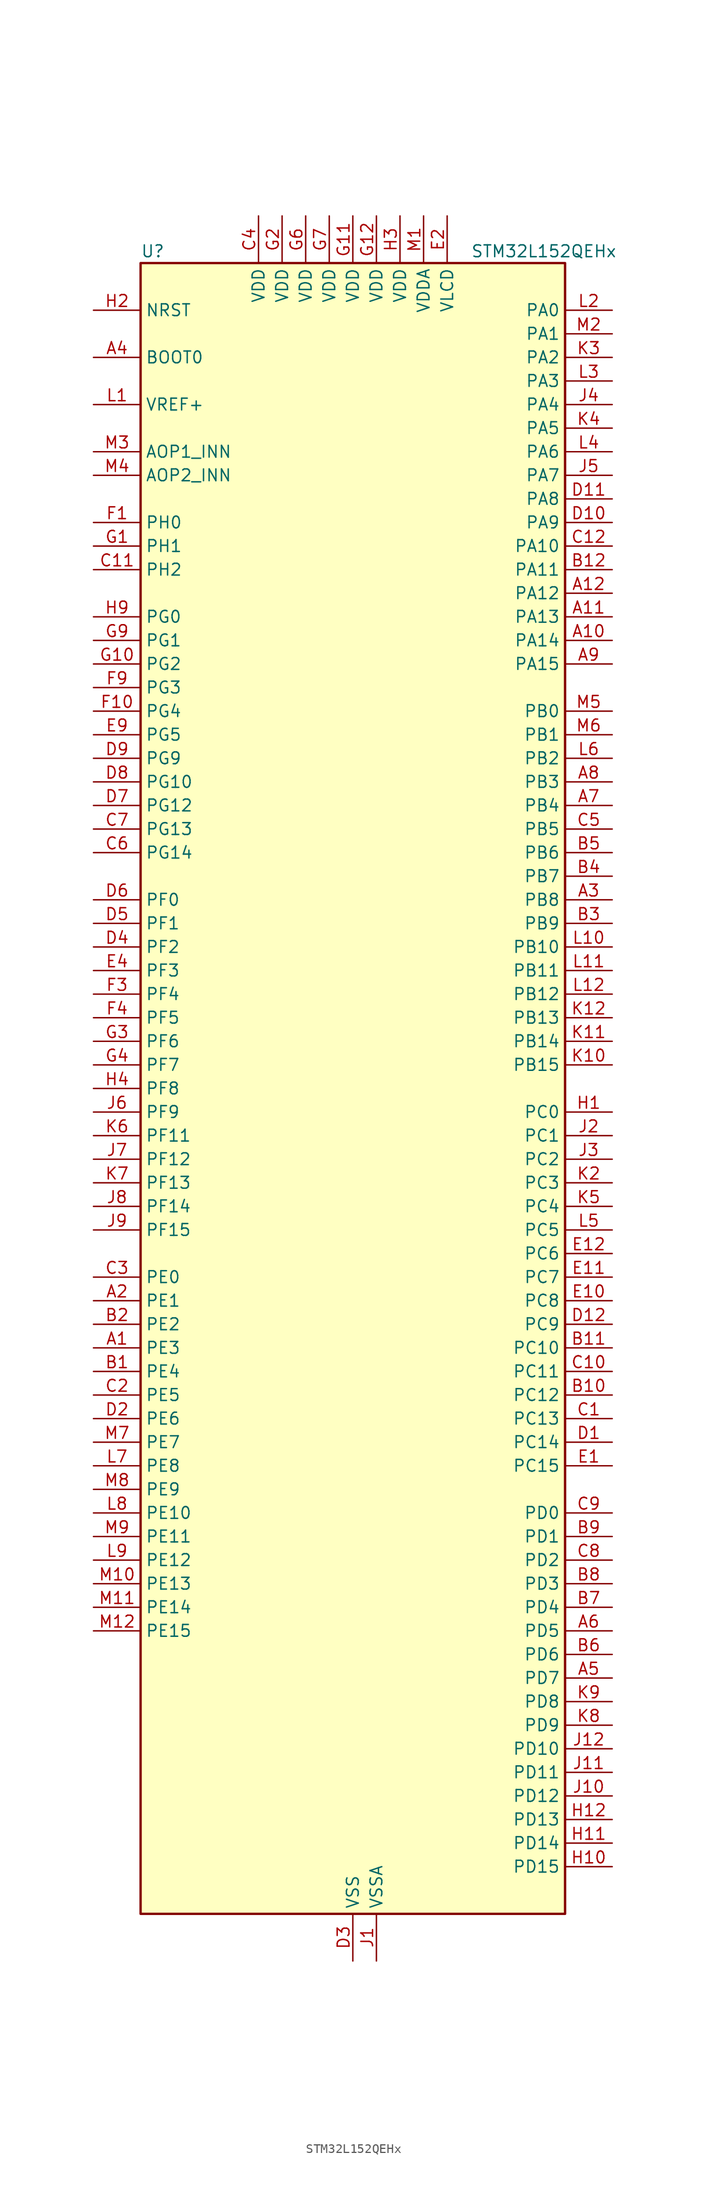
<source format=kicad_sym>
(kicad_symbol_lib
  (version 20241209)
  (generator "kicad_symbol_editor")
  (generator_version "9.0")
  (symbol "STM32L152QEHx"
    (property "Reference" "U"
      (at -22.86 90.17 0)
      (effects (font (size 1.27 1.27)) (justify left)))
    (property "Value" "STM32L152QEHx"
      (at 12.7 90.17 0)
      (effects (font (size 1.27 1.27)) (justify left)))
    (symbol "STM32L152QEHx_0_1"
      (rectangle (start -22.86 -88.9) (end 22.86 88.9) (stroke (width 0.254) (type default)) (fill (type background))))
    (symbol "STM32L152QEHx_1_1"
      (pin input line (at -27.94 83.82 0) (length 5.08) (name "NRST" (effects (font (size 1.27 1.27)))) (number "H2" (effects (font (size 1.27 1.27)))))
      (pin input line (at -27.94 78.74 0) (length 5.08) (name "BOOT0" (effects (font (size 1.27 1.27)))) (number "A4" (effects (font (size 1.27 1.27)))))
      (pin input line (at -27.94 73.66 0) (length 5.08) (name "VREF+" (effects (font (size 1.27 1.27)))) (number "L1" (effects (font (size 1.27 1.27)))))
      (pin input line (at -27.94 68.58 0) (length 5.08) (name "AOP1_INN" (effects (font (size 1.27 1.27)))) (number "M3" (effects (font (size 1.27 1.27)))) (alternate "OPAMP1_VINM" bidirectional line))
      (pin input line (at -27.94 66.04 0) (length 5.08) (name "AOP2_INN" (effects (font (size 1.27 1.27)))) (number "M4" (effects (font (size 1.27 1.27)))) (alternate "OPAMP2_VINM" bidirectional line))
      (pin bidirectional line (at -27.94 60.96 0) (length 5.08) (name "PH0" (effects (font (size 1.27 1.27)))) (number "F1" (effects (font (size 1.27 1.27)))) (alternate "RCC_OSC_IN" bidirectional line))
      (pin bidirectional line (at -27.94 58.42 0) (length 5.08) (name "PH1" (effects (font (size 1.27 1.27)))) (number "G1" (effects (font (size 1.27 1.27)))) (alternate "RCC_OSC_OUT" bidirectional line))
      (pin bidirectional line (at -27.94 55.88 0) (length 5.08) (name "PH2" (effects (font (size 1.27 1.27)))) (number "C11" (effects (font (size 1.27 1.27)))))
      (pin bidirectional line (at -27.94 50.8 0) (length 5.08) (name "PG0" (effects (font (size 1.27 1.27)))) (number "H9" (effects (font (size 1.27 1.27)))) (alternate "ADC_IN8b" bidirectional line) (alternate "TS_G2_IO4" bidirectional line))
      (pin bidirectional line (at -27.94 48.26 0) (length 5.08) (name "PG1" (effects (font (size 1.27 1.27)))) (number "G9" (effects (font (size 1.27 1.27)))) (alternate "ADC_IN9b" bidirectional line) (alternate "TS_G2_IO5" bidirectional line))
      (pin bidirectional line (at -27.94 45.72 0) (length 5.08) (name "PG2" (effects (font (size 1.27 1.27)))) (number "G10" (effects (font (size 1.27 1.27)))) (alternate "ADC_IN10b" bidirectional line) (alternate "TS_G7_IO5" bidirectional line))
      (pin bidirectional line (at -27.94 43.18 0) (length 5.08) (name "PG3" (effects (font (size 1.27 1.27)))) (number "F9" (effects (font (size 1.27 1.27)))) (alternate "ADC_IN11b" bidirectional line) (alternate "TS_G7_IO6" bidirectional line))
      (pin bidirectional line (at -27.94 40.64 0) (length 5.08) (name "PG4" (effects (font (size 1.27 1.27)))) (number "F10" (effects (font (size 1.27 1.27)))) (alternate "ADC_IN12b" bidirectional line) (alternate "TS_G7_IO7" bidirectional line))
      (pin bidirectional line (at -27.94 38.1 0) (length 5.08) (name "PG5" (effects (font (size 1.27 1.27)))) (number "E9" (effects (font (size 1.27 1.27)))))
      (pin bidirectional line (at -27.94 35.56 0) (length 5.08) (name "PG9" (effects (font (size 1.27 1.27)))) (number "D9" (effects (font (size 1.27 1.27)))) (alternate "DAC_EXTI9" bidirectional line))
      (pin bidirectional line (at -27.94 33.02 0) (length 5.08) (name "PG10" (effects (font (size 1.27 1.27)))) (number "D8" (effects (font (size 1.27 1.27)))))
      (pin bidirectional line (at -27.94 30.48 0) (length 5.08) (name "PG12" (effects (font (size 1.27 1.27)))) (number "D7" (effects (font (size 1.27 1.27)))))
      (pin bidirectional line (at -27.94 27.94 0) (length 5.08) (name "PG13" (effects (font (size 1.27 1.27)))) (number "C7" (effects (font (size 1.27 1.27)))))
      (pin bidirectional line (at -27.94 25.4 0) (length 5.08) (name "PG14" (effects (font (size 1.27 1.27)))) (number "C6" (effects (font (size 1.27 1.27)))))
      (pin bidirectional line (at -27.94 20.32 0) (length 5.08) (name "PF0" (effects (font (size 1.27 1.27)))) (number "D6" (effects (font (size 1.27 1.27)))))
      (pin bidirectional line (at -27.94 17.78 0) (length 5.08) (name "PF1" (effects (font (size 1.27 1.27)))) (number "D5" (effects (font (size 1.27 1.27)))))
      (pin bidirectional line (at -27.94 15.24 0) (length 5.08) (name "PF2" (effects (font (size 1.27 1.27)))) (number "D4" (effects (font (size 1.27 1.27)))))
      (pin bidirectional line (at -27.94 12.7 0) (length 5.08) (name "PF3" (effects (font (size 1.27 1.27)))) (number "E4" (effects (font (size 1.27 1.27)))))
      (pin bidirectional line (at -27.94 10.16 0) (length 5.08) (name "PF4" (effects (font (size 1.27 1.27)))) (number "F3" (effects (font (size 1.27 1.27)))))
      (pin bidirectional line (at -27.94 7.62 0) (length 5.08) (name "PF5" (effects (font (size 1.27 1.27)))) (number "F4" (effects (font (size 1.27 1.27)))))
      (pin bidirectional line (at -27.94 5.08 0) (length 5.08) (name "PF6" (effects (font (size 1.27 1.27)))) (number "G3" (effects (font (size 1.27 1.27)))) (alternate "ADC_IN27" bidirectional line) (alternate "TIM5_CH1" bidirectional line) (alternate "TIM5_ETR" bidirectional line) (alternate "TS_G11_IO1" bidirectional line))
      (pin bidirectional line (at -27.94 2.54 0) (length 5.08) (name "PF7" (effects (font (size 1.27 1.27)))) (number "G4" (effects (font (size 1.27 1.27)))) (alternate "ADC_IN28" bidirectional line) (alternate "COMP1_INP" bidirectional line) (alternate "TIM5_CH2" bidirectional line) (alternate "TS_G11_IO2" bidirectional line))
      (pin bidirectional line (at -27.94 0 0) (length 5.08) (name "PF8" (effects (font (size 1.27 1.27)))) (number "H4" (effects (font (size 1.27 1.27)))) (alternate "ADC_IN29" bidirectional line) (alternate "COMP1_INP" bidirectional line) (alternate "TIM5_CH3" bidirectional line) (alternate "TS_G11_IO3" bidirectional line))
      (pin bidirectional line (at -27.94 -2.54 0) (length 5.08) (name "PF9" (effects (font (size 1.27 1.27)))) (number "J6" (effects (font (size 1.27 1.27)))) (alternate "ADC_IN30" bidirectional line) (alternate "COMP1_INP" bidirectional line) (alternate "DAC_EXTI9" bidirectional line) (alternate "TIM5_CH4" bidirectional line) (alternate "TS_G11_IO4" bidirectional line))
      (pin bidirectional line (at -27.94 -5.08 0) (length 5.08) (name "PF11" (effects (font (size 1.27 1.27)))) (number "K6" (effects (font (size 1.27 1.27)))) (alternate "ADC_EXTI11" bidirectional line) (alternate "ADC_IN1b" bidirectional line) (alternate "TS_G3_IO4" bidirectional line))
      (pin bidirectional line (at -27.94 -7.62 0) (length 5.08) (name "PF12" (effects (font (size 1.27 1.27)))) (number "J7" (effects (font (size 1.27 1.27)))) (alternate "ADC_IN2b" bidirectional line) (alternate "TS_G3_IO5" bidirectional line))
      (pin bidirectional line (at -27.94 -10.16 0) (length 5.08) (name "PF13" (effects (font (size 1.27 1.27)))) (number "K7" (effects (font (size 1.27 1.27)))) (alternate "ADC_IN3b" bidirectional line) (alternate "TS_G9_IO3" bidirectional line))
      (pin bidirectional line (at -27.94 -12.7 0) (length 5.08) (name "PF14" (effects (font (size 1.27 1.27)))) (number "J8" (effects (font (size 1.27 1.27)))) (alternate "ADC_IN6b" bidirectional line) (alternate "TS_G9_IO4" bidirectional line))
      (pin bidirectional line (at -27.94 -15.24 0) (length 5.08) (name "PF15" (effects (font (size 1.27 1.27)))) (number "J9" (effects (font (size 1.27 1.27)))) (alternate "ADC_EXTI15" bidirectional line) (alternate "ADC_IN7b" bidirectional line) (alternate "TS_G2_IO3" bidirectional line))
      (pin bidirectional line (at -27.94 -20.32 0) (length 5.08) (name "PE0" (effects (font (size 1.27 1.27)))) (number "C3" (effects (font (size 1.27 1.27)))) (alternate "LCD_SEG36" bidirectional line) (alternate "TIM10_CH1" bidirectional line) (alternate "TIM4_ETR" bidirectional line) (alternate "TIMX_IC1" bidirectional line))
      (pin bidirectional line (at -27.94 -22.86 0) (length 5.08) (name "PE1" (effects (font (size 1.27 1.27)))) (number "A2" (effects (font (size 1.27 1.27)))) (alternate "LCD_SEG37" bidirectional line) (alternate "TIM11_CH1" bidirectional line) (alternate "TIMX_IC2" bidirectional line))
      (pin bidirectional line (at -27.94 -25.4 0) (length 5.08) (name "PE2" (effects (font (size 1.27 1.27)))) (number "B2" (effects (font (size 1.27 1.27)))) (alternate "LCD_SEG38" bidirectional line) (alternate "SYS_TRACECK" bidirectional line) (alternate "TIM3_ETR" bidirectional line) (alternate "TIMX_IC3" bidirectional line))
      (pin bidirectional line (at -27.94 -27.94 0) (length 5.08) (name "PE3" (effects (font (size 1.27 1.27)))) (number "A1" (effects (font (size 1.27 1.27)))) (alternate "LCD_SEG39" bidirectional line) (alternate "SYS_TRACED0" bidirectional line) (alternate "TIM3_CH1" bidirectional line) (alternate "TIMX_IC4" bidirectional line))
      (pin bidirectional line (at -27.94 -30.48 0) (length 5.08) (name "PE4" (effects (font (size 1.27 1.27)))) (number "B1" (effects (font (size 1.27 1.27)))) (alternate "SYS_TRACED1" bidirectional line) (alternate "TIM3_CH2" bidirectional line) (alternate "TIMX_IC1" bidirectional line))
      (pin bidirectional line (at -27.94 -33.02 0) (length 5.08) (name "PE5" (effects (font (size 1.27 1.27)))) (number "C2" (effects (font (size 1.27 1.27)))) (alternate "SYS_TRACED2" bidirectional line) (alternate "TIM9_CH1" bidirectional line) (alternate "TIMX_IC2" bidirectional line))
      (pin bidirectional line (at -27.94 -35.56 0) (length 5.08) (name "PE6" (effects (font (size 1.27 1.27)))) (number "D2" (effects (font (size 1.27 1.27)))) (alternate "RTC_TAMP3" bidirectional line) (alternate "SYS_TRACED3" bidirectional line) (alternate "SYS_WKUP3" bidirectional line) (alternate "TIM9_CH2" bidirectional line) (alternate "TIMX_IC3" bidirectional line))
      (pin bidirectional line (at -27.94 -38.1 0) (length 5.08) (name "PE7" (effects (font (size 1.27 1.27)))) (number "M7" (effects (font (size 1.27 1.27)))) (alternate "ADC_IN22" bidirectional line) (alternate "COMP1_INP" bidirectional line) (alternate "TIMX_IC4" bidirectional line))
      (pin bidirectional line (at -27.94 -40.64 0) (length 5.08) (name "PE8" (effects (font (size 1.27 1.27)))) (number "L7" (effects (font (size 1.27 1.27)))) (alternate "ADC_IN23" bidirectional line) (alternate "COMP1_INP" bidirectional line) (alternate "TIMX_IC1" bidirectional line))
      (pin bidirectional line (at -27.94 -43.18 0) (length 5.08) (name "PE9" (effects (font (size 1.27 1.27)))) (number "M8" (effects (font (size 1.27 1.27)))) (alternate "ADC_IN24" bidirectional line) (alternate "COMP1_INP" bidirectional line) (alternate "DAC_EXTI9" bidirectional line) (alternate "TIM2_CH1" bidirectional line) (alternate "TIM2_ETR" bidirectional line) (alternate "TIMX_IC2" bidirectional line))
      (pin bidirectional line (at -27.94 -45.72 0) (length 5.08) (name "PE10" (effects (font (size 1.27 1.27)))) (number "L8" (effects (font (size 1.27 1.27)))) (alternate "ADC_IN25" bidirectional line) (alternate "COMP1_INP" bidirectional line) (alternate "TIM2_CH2" bidirectional line) (alternate "TIMX_IC3" bidirectional line))
      (pin bidirectional line (at -27.94 -48.26 0) (length 5.08) (name "PE11" (effects (font (size 1.27 1.27)))) (number "M9" (effects (font (size 1.27 1.27)))) (alternate "ADC_EXTI11" bidirectional line) (alternate "TIM2_CH3" bidirectional line) (alternate "TIMX_IC4" bidirectional line))
      (pin bidirectional line (at -27.94 -50.8 0) (length 5.08) (name "PE12" (effects (font (size 1.27 1.27)))) (number "L9" (effects (font (size 1.27 1.27)))) (alternate "SPI1_NSS" bidirectional line) (alternate "TIM2_CH4" bidirectional line) (alternate "TIMX_IC1" bidirectional line))
      (pin bidirectional line (at -27.94 -53.34 0) (length 5.08) (name "PE13" (effects (font (size 1.27 1.27)))) (number "M10" (effects (font (size 1.27 1.27)))) (alternate "SPI1_SCK" bidirectional line) (alternate "TIMX_IC2" bidirectional line))
      (pin bidirectional line (at -27.94 -55.88 0) (length 5.08) (name "PE14" (effects (font (size 1.27 1.27)))) (number "M11" (effects (font (size 1.27 1.27)))) (alternate "SPI1_MISO" bidirectional line) (alternate "TIMX_IC3" bidirectional line))
      (pin bidirectional line (at -27.94 -58.42 0) (length 5.08) (name "PE15" (effects (font (size 1.27 1.27)))) (number "M12" (effects (font (size 1.27 1.27)))) (alternate "ADC_EXTI15" bidirectional line) (alternate "SPI1_MOSI" bidirectional line) (alternate "TIMX_IC4" bidirectional line))
      (pin no_connect line (at -22.86 -88.9 0) (length 5.08) (hide yes) (name "NC" (effects (font (size 1.27 1.27)))) (number "K1" (effects (font (size 1.27 1.27)))))
      (pin power_in line (at -10.16 93.98 270) (length 5.08) (name "VDD" (effects (font (size 1.27 1.27)))) (number "C4" (effects (font (size 1.27 1.27)))))
      (pin power_in line (at -7.62 93.98 270) (length 5.08) (name "VDD" (effects (font (size 1.27 1.27)))) (number "G2" (effects (font (size 1.27 1.27)))))
      (pin power_in line (at -5.08 93.98 270) (length 5.08) (name "VDD" (effects (font (size 1.27 1.27)))) (number "G6" (effects (font (size 1.27 1.27)))))
      (pin power_in line (at -2.54 93.98 270) (length 5.08) (name "VDD" (effects (font (size 1.27 1.27)))) (number "G7" (effects (font (size 1.27 1.27)))))
      (pin power_in line (at 0 93.98 270) (length 5.08) (name "VDD" (effects (font (size 1.27 1.27)))) (number "G11" (effects (font (size 1.27 1.27)))))
      (pin power_in line (at 0 -93.98 90) (length 5.08) (name "VSS" (effects (font (size 1.27 1.27)))) (number "D3" (effects (font (size 1.27 1.27)))))
      (pin passive line (at 0 -93.98 90) (length 5.08) (hide yes) (name "VSS" (effects (font (size 1.27 1.27)))) (number "E3" (effects (font (size 1.27 1.27)))))
      (pin passive line (at 0 -93.98 90) (length 5.08) (hide yes) (name "VSS" (effects (font (size 1.27 1.27)))) (number "F11" (effects (font (size 1.27 1.27)))))
      (pin passive line (at 0 -93.98 90) (length 5.08) (hide yes) (name "VSS" (effects (font (size 1.27 1.27)))) (number "F12" (effects (font (size 1.27 1.27)))))
      (pin passive line (at 0 -93.98 90) (length 5.08) (hide yes) (name "VSS" (effects (font (size 1.27 1.27)))) (number "F2" (effects (font (size 1.27 1.27)))))
      (pin passive line (at 0 -93.98 90) (length 5.08) (hide yes) (name "VSS" (effects (font (size 1.27 1.27)))) (number "F6" (effects (font (size 1.27 1.27)))))
      (pin passive line (at 0 -93.98 90) (length 5.08) (hide yes) (name "VSS" (effects (font (size 1.27 1.27)))) (number "F7" (effects (font (size 1.27 1.27)))))
      (pin power_in line (at 2.54 93.98 270) (length 5.08) (name "VDD" (effects (font (size 1.27 1.27)))) (number "G12" (effects (font (size 1.27 1.27)))))
      (pin power_in line (at 2.54 -93.98 90) (length 5.08) (name "VSSA" (effects (font (size 1.27 1.27)))) (number "J1" (effects (font (size 1.27 1.27)))))
      (pin power_in line (at 5.08 93.98 270) (length 5.08) (name "VDD" (effects (font (size 1.27 1.27)))) (number "H3" (effects (font (size 1.27 1.27)))))
      (pin power_in line (at 7.62 93.98 270) (length 5.08) (name "VDDA" (effects (font (size 1.27 1.27)))) (number "M1" (effects (font (size 1.27 1.27)))))
      (pin power_in line (at 10.16 93.98 270) (length 5.08) (name "VLCD" (effects (font (size 1.27 1.27)))) (number "E2" (effects (font (size 1.27 1.27)))))
      (pin bidirectional line (at 27.94 83.82 180) (length 5.08) (name "PA0" (effects (font (size 1.27 1.27)))) (number "L2" (effects (font (size 1.27 1.27)))) (alternate "ADC_IN0" bidirectional line) (alternate "COMP1_INP" bidirectional line) (alternate "RTC_TAMP2" bidirectional line) (alternate "SYS_WKUP1" bidirectional line) (alternate "TIM2_CH1" bidirectional line) (alternate "TIM2_ETR" bidirectional line) (alternate "TIM5_CH1" bidirectional line) (alternate "TIMX_IC1" bidirectional line) (alternate "TS_G1_IO1" bidirectional line) (alternate "USART2_CTS" bidirectional line))
      (pin bidirectional line (at 27.94 81.28 180) (length 5.08) (name "PA1" (effects (font (size 1.27 1.27)))) (number "M2" (effects (font (size 1.27 1.27)))) (alternate "ADC_IN1" bidirectional line) (alternate "COMP1_INP" bidirectional line) (alternate "LCD_SEG0" bidirectional line) (alternate "OPAMP1_VINP" bidirectional line) (alternate "TIM2_CH2" bidirectional line) (alternate "TIM5_CH2" bidirectional line) (alternate "TIMX_IC2" bidirectional line) (alternate "TS_G1_IO2" bidirectional line) (alternate "USART2_RTS" bidirectional line))
      (pin bidirectional line (at 27.94 78.74 180) (length 5.08) (name "PA2" (effects (font (size 1.27 1.27)))) (number "K3" (effects (font (size 1.27 1.27)))) (alternate "ADC_IN2" bidirectional line) (alternate "COMP1_INP" bidirectional line) (alternate "LCD_SEG1" bidirectional line) (alternate "TIM2_CH3" bidirectional line) (alternate "TIM5_CH3" bidirectional line) (alternate "TIM9_CH1" bidirectional line) (alternate "TIMX_IC3" bidirectional line) (alternate "TS_G1_IO3" bidirectional line) (alternate "USART2_TX" bidirectional line))
      (pin bidirectional line (at 27.94 76.2 180) (length 5.08) (name "PA3" (effects (font (size 1.27 1.27)))) (number "L3" (effects (font (size 1.27 1.27)))) (alternate "ADC_IN3" bidirectional line) (alternate "COMP1_INP" bidirectional line) (alternate "LCD_SEG2" bidirectional line) (alternate "OPAMP1_VOUT" bidirectional line) (alternate "TIM2_CH4" bidirectional line) (alternate "TIM5_CH4" bidirectional line) (alternate "TIM9_CH2" bidirectional line) (alternate "TIMX_IC4" bidirectional line) (alternate "TS_G1_IO4" bidirectional line) (alternate "USART2_RX" bidirectional line))
      (pin bidirectional line (at 27.94 73.66 180) (length 5.08) (name "PA4" (effects (font (size 1.27 1.27)))) (number "J4" (effects (font (size 1.27 1.27)))) (alternate "ADC_IN4" bidirectional line) (alternate "COMP1_INP" bidirectional line) (alternate "DAC_OUT1" bidirectional line) (alternate "I2S3_WS" bidirectional line) (alternate "SPI1_NSS" bidirectional line) (alternate "SPI3_NSS" bidirectional line) (alternate "TIMX_IC1" bidirectional line) (alternate "USART2_CK" bidirectional line))
      (pin bidirectional line (at 27.94 71.12 180) (length 5.08) (name "PA5" (effects (font (size 1.27 1.27)))) (number "K4" (effects (font (size 1.27 1.27)))) (alternate "ADC_IN5" bidirectional line) (alternate "COMP1_INP" bidirectional line) (alternate "DAC_OUT2" bidirectional line) (alternate "SPI1_SCK" bidirectional line) (alternate "TIM2_CH1" bidirectional line) (alternate "TIM2_ETR" bidirectional line) (alternate "TIMX_IC2" bidirectional line))
      (pin bidirectional line (at 27.94 68.58 180) (length 5.08) (name "PA6" (effects (font (size 1.27 1.27)))) (number "L4" (effects (font (size 1.27 1.27)))) (alternate "ADC_IN6" bidirectional line) (alternate "COMP1_INP" bidirectional line) (alternate "LCD_SEG3" bidirectional line) (alternate "OPAMP2_VINP" bidirectional line) (alternate "SPI1_MISO" bidirectional line) (alternate "TIM10_CH1" bidirectional line) (alternate "TIM3_CH1" bidirectional line) (alternate "TIMX_IC3" bidirectional line) (alternate "TS_G2_IO1" bidirectional line))
      (pin bidirectional line (at 27.94 66.04 180) (length 5.08) (name "PA7" (effects (font (size 1.27 1.27)))) (number "J5" (effects (font (size 1.27 1.27)))) (alternate "ADC_IN7" bidirectional line) (alternate "COMP1_INP" bidirectional line) (alternate "LCD_SEG4" bidirectional line) (alternate "SPI1_MOSI" bidirectional line) (alternate "TIM11_CH1" bidirectional line) (alternate "TIM3_CH2" bidirectional line) (alternate "TIMX_IC4" bidirectional line) (alternate "TS_G2_IO2" bidirectional line))
      (pin bidirectional line (at 27.94 63.5 180) (length 5.08) (name "PA8" (effects (font (size 1.27 1.27)))) (number "D11" (effects (font (size 1.27 1.27)))) (alternate "LCD_COM0" bidirectional line) (alternate "RCC_MCO" bidirectional line) (alternate "TIMX_IC1" bidirectional line) (alternate "TS_G4_IO1" bidirectional line) (alternate "USART1_CK" bidirectional line))
      (pin bidirectional line (at 27.94 60.96 180) (length 5.08) (name "PA9" (effects (font (size 1.27 1.27)))) (number "D10" (effects (font (size 1.27 1.27)))) (alternate "DAC_EXTI9" bidirectional line) (alternate "LCD_COM1" bidirectional line) (alternate "TIMX_IC2" bidirectional line) (alternate "TS_G4_IO2" bidirectional line) (alternate "USART1_TX" bidirectional line))
      (pin bidirectional line (at 27.94 58.42 180) (length 5.08) (name "PA10" (effects (font (size 1.27 1.27)))) (number "C12" (effects (font (size 1.27 1.27)))) (alternate "LCD_COM2" bidirectional line) (alternate "TIMX_IC3" bidirectional line) (alternate "TS_G4_IO3" bidirectional line) (alternate "USART1_RX" bidirectional line))
      (pin bidirectional line (at 27.94 55.88 180) (length 5.08) (name "PA11" (effects (font (size 1.27 1.27)))) (number "B12" (effects (font (size 1.27 1.27)))) (alternate "ADC_EXTI11" bidirectional line) (alternate "SPI1_MISO" bidirectional line) (alternate "TIMX_IC4" bidirectional line) (alternate "USART1_CTS" bidirectional line) (alternate "USB_DM" bidirectional line))
      (pin bidirectional line (at 27.94 53.34 180) (length 5.08) (name "PA12" (effects (font (size 1.27 1.27)))) (number "A12" (effects (font (size 1.27 1.27)))) (alternate "SPI1_MOSI" bidirectional line) (alternate "TIMX_IC1" bidirectional line) (alternate "USART1_RTS" bidirectional line) (alternate "USB_DP" bidirectional line))
      (pin bidirectional line (at 27.94 50.8 180) (length 5.08) (name "PA13" (effects (font (size 1.27 1.27)))) (number "A11" (effects (font (size 1.27 1.27)))) (alternate "SYS_JTMS-SWDIO" bidirectional line) (alternate "TIMX_IC2" bidirectional line) (alternate "TS_G5_IO1" bidirectional line))
      (pin bidirectional line (at 27.94 48.26 180) (length 5.08) (name "PA14" (effects (font (size 1.27 1.27)))) (number "A10" (effects (font (size 1.27 1.27)))) (alternate "SYS_JTCK-SWCLK" bidirectional line) (alternate "TIMX_IC3" bidirectional line) (alternate "TS_G5_IO2" bidirectional line))
      (pin bidirectional line (at 27.94 45.72 180) (length 5.08) (name "PA15" (effects (font (size 1.27 1.27)))) (number "A9" (effects (font (size 1.27 1.27)))) (alternate "ADC_EXTI15" bidirectional line) (alternate "I2S3_WS" bidirectional line) (alternate "LCD_SEG17" bidirectional line) (alternate "SPI1_NSS" bidirectional line) (alternate "SPI3_NSS" bidirectional line) (alternate "SYS_JTDI" bidirectional line) (alternate "TIM2_CH1" bidirectional line) (alternate "TIM2_ETR" bidirectional line) (alternate "TIMX_IC4" bidirectional line) (alternate "TS_G5_IO3" bidirectional line))
      (pin bidirectional line (at 27.94 40.64 180) (length 5.08) (name "PB0" (effects (font (size 1.27 1.27)))) (number "M5" (effects (font (size 1.27 1.27)))) (alternate "ADC_IN8" bidirectional line) (alternate "COMP1_INP" bidirectional line) (alternate "LCD_SEG5" bidirectional line) (alternate "OPAMP2_VOUT" bidirectional line) (alternate "SYS_V_REF_OUT" bidirectional line) (alternate "TIM3_CH3" bidirectional line) (alternate "TS_G3_IO1" bidirectional line))
      (pin bidirectional line (at 27.94 38.1 180) (length 5.08) (name "PB1" (effects (font (size 1.27 1.27)))) (number "M6" (effects (font (size 1.27 1.27)))) (alternate "ADC_IN9" bidirectional line) (alternate "COMP1_INP" bidirectional line) (alternate "LCD_SEG6" bidirectional line) (alternate "SYS_V_REF_OUT" bidirectional line) (alternate "TIM3_CH4" bidirectional line) (alternate "TS_G3_IO2" bidirectional line))
      (pin bidirectional line (at 27.94 35.56 180) (length 5.08) (name "PB2" (effects (font (size 1.27 1.27)))) (number "L6" (effects (font (size 1.27 1.27)))) (alternate "ADC_IN0b" bidirectional line) (alternate "TS_G3_IO3" bidirectional line))
      (pin bidirectional line (at 27.94 33.02 180) (length 5.08) (name "PB3" (effects (font (size 1.27 1.27)))) (number "A8" (effects (font (size 1.27 1.27)))) (alternate "COMP2_INM" bidirectional line) (alternate "I2S3_CK" bidirectional line) (alternate "LCD_SEG7" bidirectional line) (alternate "SPI1_SCK" bidirectional line) (alternate "SPI3_SCK" bidirectional line) (alternate "SYS_JTDO-TRACESWO" bidirectional line) (alternate "TIM2_CH2" bidirectional line))
      (pin bidirectional line (at 27.94 30.48 180) (length 5.08) (name "PB4" (effects (font (size 1.27 1.27)))) (number "A7" (effects (font (size 1.27 1.27)))) (alternate "COMP2_INP" bidirectional line) (alternate "LCD_SEG8" bidirectional line) (alternate "SPI1_MISO" bidirectional line) (alternate "SPI3_MISO" bidirectional line) (alternate "SYS_JTRST" bidirectional line) (alternate "TIM3_CH1" bidirectional line) (alternate "TS_G6_IO1" bidirectional line))
      (pin bidirectional line (at 27.94 27.94 180) (length 5.08) (name "PB5" (effects (font (size 1.27 1.27)))) (number "C5" (effects (font (size 1.27 1.27)))) (alternate "COMP2_INP" bidirectional line) (alternate "I2C1_SMBA" bidirectional line) (alternate "I2S3_SD" bidirectional line) (alternate "LCD_SEG9" bidirectional line) (alternate "SPI1_MOSI" bidirectional line) (alternate "SPI3_MOSI" bidirectional line) (alternate "TIM3_CH2" bidirectional line) (alternate "TS_G6_IO2" bidirectional line))
      (pin bidirectional line (at 27.94 25.4 180) (length 5.08) (name "PB6" (effects (font (size 1.27 1.27)))) (number "B5" (effects (font (size 1.27 1.27)))) (alternate "COMP2_INP" bidirectional line) (alternate "I2C1_SCL" bidirectional line) (alternate "TIM4_CH1" bidirectional line) (alternate "TS_G6_IO3" bidirectional line) (alternate "USART1_TX" bidirectional line))
      (pin bidirectional line (at 27.94 22.86 180) (length 5.08) (name "PB7" (effects (font (size 1.27 1.27)))) (number "B4" (effects (font (size 1.27 1.27)))) (alternate "COMP2_INP" bidirectional line) (alternate "I2C1_SDA" bidirectional line) (alternate "SYS_PVD_IN" bidirectional line) (alternate "TIM4_CH2" bidirectional line) (alternate "TS_G6_IO4" bidirectional line) (alternate "USART1_RX" bidirectional line))
      (pin bidirectional line (at 27.94 20.32 180) (length 5.08) (name "PB8" (effects (font (size 1.27 1.27)))) (number "A3" (effects (font (size 1.27 1.27)))) (alternate "I2C1_SCL" bidirectional line) (alternate "LCD_SEG16" bidirectional line) (alternate "TIM10_CH1" bidirectional line) (alternate "TIM4_CH3" bidirectional line))
      (pin bidirectional line (at 27.94 17.78 180) (length 5.08) (name "PB9" (effects (font (size 1.27 1.27)))) (number "B3" (effects (font (size 1.27 1.27)))) (alternate "DAC_EXTI9" bidirectional line) (alternate "I2C1_SDA" bidirectional line) (alternate "LCD_COM3" bidirectional line) (alternate "TIM11_CH1" bidirectional line) (alternate "TIM4_CH4" bidirectional line))
      (pin bidirectional line (at 27.94 15.24 180) (length 5.08) (name "PB10" (effects (font (size 1.27 1.27)))) (number "L10" (effects (font (size 1.27 1.27)))) (alternate "I2C2_SCL" bidirectional line) (alternate "LCD_SEG10" bidirectional line) (alternate "TIM2_CH3" bidirectional line) (alternate "USART3_TX" bidirectional line))
      (pin bidirectional line (at 27.94 12.7 180) (length 5.08) (name "PB11" (effects (font (size 1.27 1.27)))) (number "L11" (effects (font (size 1.27 1.27)))) (alternate "ADC_EXTI11" bidirectional line) (alternate "I2C2_SDA" bidirectional line) (alternate "LCD_SEG11" bidirectional line) (alternate "TIM2_CH4" bidirectional line) (alternate "USART3_RX" bidirectional line))
      (pin bidirectional line (at 27.94 10.16 180) (length 5.08) (name "PB12" (effects (font (size 1.27 1.27)))) (number "L12" (effects (font (size 1.27 1.27)))) (alternate "ADC_IN18" bidirectional line) (alternate "COMP1_INP" bidirectional line) (alternate "I2C2_SMBA" bidirectional line) (alternate "I2S2_WS" bidirectional line) (alternate "LCD_SEG12" bidirectional line) (alternate "SPI2_NSS" bidirectional line) (alternate "TIM10_CH1" bidirectional line) (alternate "TS_G7_IO1" bidirectional line) (alternate "USART3_CK" bidirectional line))
      (pin bidirectional line (at 27.94 7.62 180) (length 5.08) (name "PB13" (effects (font (size 1.27 1.27)))) (number "K12" (effects (font (size 1.27 1.27)))) (alternate "ADC_IN19" bidirectional line) (alternate "COMP1_INP" bidirectional line) (alternate "I2S2_CK" bidirectional line) (alternate "LCD_SEG13" bidirectional line) (alternate "SPI2_SCK" bidirectional line) (alternate "TIM9_CH1" bidirectional line) (alternate "TS_G7_IO2" bidirectional line) (alternate "USART3_CTS" bidirectional line))
      (pin bidirectional line (at 27.94 5.08 180) (length 5.08) (name "PB14" (effects (font (size 1.27 1.27)))) (number "K11" (effects (font (size 1.27 1.27)))) (alternate "ADC_IN20" bidirectional line) (alternate "COMP1_INP" bidirectional line) (alternate "LCD_SEG14" bidirectional line) (alternate "SPI2_MISO" bidirectional line) (alternate "TIM9_CH2" bidirectional line) (alternate "TS_G7_IO3" bidirectional line) (alternate "USART3_RTS" bidirectional line))
      (pin bidirectional line (at 27.94 2.54 180) (length 5.08) (name "PB15" (effects (font (size 1.27 1.27)))) (number "K10" (effects (font (size 1.27 1.27)))) (alternate "ADC_EXTI15" bidirectional line) (alternate "ADC_IN21" bidirectional line) (alternate "COMP1_INP" bidirectional line) (alternate "I2S2_SD" bidirectional line) (alternate "LCD_SEG15" bidirectional line) (alternate "RTC_REFIN" bidirectional line) (alternate "SPI2_MOSI" bidirectional line) (alternate "TIM11_CH1" bidirectional line) (alternate "TS_G7_IO4" bidirectional line))
      (pin bidirectional line (at 27.94 -2.54 180) (length 5.08) (name "PC0" (effects (font (size 1.27 1.27)))) (number "H1" (effects (font (size 1.27 1.27)))) (alternate "ADC_IN10" bidirectional line) (alternate "COMP1_INP" bidirectional line) (alternate "LCD_SEG18" bidirectional line) (alternate "TIMX_IC1" bidirectional line) (alternate "TS_G8_IO1" bidirectional line))
      (pin bidirectional line (at 27.94 -5.08 180) (length 5.08) (name "PC1" (effects (font (size 1.27 1.27)))) (number "J2" (effects (font (size 1.27 1.27)))) (alternate "ADC_IN11" bidirectional line) (alternate "COMP1_INP" bidirectional line) (alternate "LCD_SEG19" bidirectional line) (alternate "TIMX_IC2" bidirectional line) (alternate "TS_G8_IO2" bidirectional line))
      (pin bidirectional line (at 27.94 -7.62 180) (length 5.08) (name "PC2" (effects (font (size 1.27 1.27)))) (number "J3" (effects (font (size 1.27 1.27)))) (alternate "ADC_IN12" bidirectional line) (alternate "COMP1_INP" bidirectional line) (alternate "LCD_SEG20" bidirectional line) (alternate "TIMX_IC3" bidirectional line) (alternate "TS_G8_IO3" bidirectional line))
      (pin bidirectional line (at 27.94 -10.16 180) (length 5.08) (name "PC3" (effects (font (size 1.27 1.27)))) (number "K2" (effects (font (size 1.27 1.27)))) (alternate "ADC_IN13" bidirectional line) (alternate "COMP1_INP" bidirectional line) (alternate "LCD_SEG21" bidirectional line) (alternate "TIMX_IC4" bidirectional line) (alternate "TS_G8_IO4" bidirectional line))
      (pin bidirectional line (at 27.94 -12.7 180) (length 5.08) (name "PC4" (effects (font (size 1.27 1.27)))) (number "K5" (effects (font (size 1.27 1.27)))) (alternate "ADC_IN14" bidirectional line) (alternate "COMP1_INP" bidirectional line) (alternate "LCD_SEG22" bidirectional line) (alternate "TIMX_IC1" bidirectional line) (alternate "TS_G9_IO1" bidirectional line))
      (pin bidirectional line (at 27.94 -15.24 180) (length 5.08) (name "PC5" (effects (font (size 1.27 1.27)))) (number "L5" (effects (font (size 1.27 1.27)))) (alternate "ADC_IN15" bidirectional line) (alternate "COMP1_INP" bidirectional line) (alternate "LCD_SEG23" bidirectional line) (alternate "TIMX_IC2" bidirectional line) (alternate "TS_G9_IO2" bidirectional line))
      (pin bidirectional line (at 27.94 -17.78 180) (length 5.08) (name "PC6" (effects (font (size 1.27 1.27)))) (number "E12" (effects (font (size 1.27 1.27)))) (alternate "I2S2_MCK" bidirectional line) (alternate "LCD_SEG24" bidirectional line) (alternate "TIM3_CH1" bidirectional line) (alternate "TIMX_IC3" bidirectional line) (alternate "TS_G10_IO1" bidirectional line))
      (pin bidirectional line (at 27.94 -20.32 180) (length 5.08) (name "PC7" (effects (font (size 1.27 1.27)))) (number "E11" (effects (font (size 1.27 1.27)))) (alternate "I2S3_MCK" bidirectional line) (alternate "LCD_SEG25" bidirectional line) (alternate "TIM3_CH2" bidirectional line) (alternate "TIMX_IC4" bidirectional line) (alternate "TS_G10_IO2" bidirectional line))
      (pin bidirectional line (at 27.94 -22.86 180) (length 5.08) (name "PC8" (effects (font (size 1.27 1.27)))) (number "E10" (effects (font (size 1.27 1.27)))) (alternate "LCD_SEG26" bidirectional line) (alternate "TIM3_CH3" bidirectional line) (alternate "TIMX_IC1" bidirectional line) (alternate "TS_G10_IO3" bidirectional line))
      (pin bidirectional line (at 27.94 -25.4 180) (length 5.08) (name "PC9" (effects (font (size 1.27 1.27)))) (number "D12" (effects (font (size 1.27 1.27)))) (alternate "DAC_EXTI9" bidirectional line) (alternate "LCD_SEG27" bidirectional line) (alternate "TIM3_CH4" bidirectional line) (alternate "TIMX_IC2" bidirectional line) (alternate "TS_G10_IO4" bidirectional line))
      (pin bidirectional line (at 27.94 -27.94 180) (length 5.08) (name "PC10" (effects (font (size 1.27 1.27)))) (number "B11" (effects (font (size 1.27 1.27)))) (alternate "I2S3_CK" bidirectional line) (alternate "LCD_COM4" bidirectional line) (alternate "LCD_SEG28" bidirectional line) (alternate "LCD_SEG40" bidirectional line) (alternate "SPI3_SCK" bidirectional line) (alternate "TIMX_IC3" bidirectional line) (alternate "UART4_TX" bidirectional line) (alternate "USART3_TX" bidirectional line))
      (pin bidirectional line (at 27.94 -30.48 180) (length 5.08) (name "PC11" (effects (font (size 1.27 1.27)))) (number "C10" (effects (font (size 1.27 1.27)))) (alternate "ADC_EXTI11" bidirectional line) (alternate "LCD_COM5" bidirectional line) (alternate "LCD_SEG29" bidirectional line) (alternate "LCD_SEG41" bidirectional line) (alternate "SPI3_MISO" bidirectional line) (alternate "TIMX_IC4" bidirectional line) (alternate "UART4_RX" bidirectional line) (alternate "USART3_RX" bidirectional line))
      (pin bidirectional line (at 27.94 -33.02 180) (length 5.08) (name "PC12" (effects (font (size 1.27 1.27)))) (number "B10" (effects (font (size 1.27 1.27)))) (alternate "I2S3_SD" bidirectional line) (alternate "LCD_COM6" bidirectional line) (alternate "LCD_SEG30" bidirectional line) (alternate "LCD_SEG42" bidirectional line) (alternate "SPI3_MOSI" bidirectional line) (alternate "TIMX_IC1" bidirectional line) (alternate "UART5_TX" bidirectional line) (alternate "USART3_CK" bidirectional line))
      (pin bidirectional line (at 27.94 -35.56 180) (length 5.08) (name "PC13" (effects (font (size 1.27 1.27)))) (number "C1" (effects (font (size 1.27 1.27)))) (alternate "RTC_OUT_ALARM" bidirectional line) (alternate "RTC_OUT_CALIB" bidirectional line) (alternate "RTC_TAMP1" bidirectional line) (alternate "RTC_TS" bidirectional line) (alternate "SYS_WKUP2" bidirectional line) (alternate "TIMX_IC2" bidirectional line))
      (pin bidirectional line (at 27.94 -38.1 180) (length 5.08) (name "PC14" (effects (font (size 1.27 1.27)))) (number "D1" (effects (font (size 1.27 1.27)))) (alternate "RCC_OSC32_IN" bidirectional line) (alternate "TIMX_IC3" bidirectional line))
      (pin bidirectional line (at 27.94 -40.64 180) (length 5.08) (name "PC15" (effects (font (size 1.27 1.27)))) (number "E1" (effects (font (size 1.27 1.27)))) (alternate "ADC_EXTI15" bidirectional line) (alternate "RCC_OSC32_OUT" bidirectional line) (alternate "TIMX_IC4" bidirectional line))
      (pin bidirectional line (at 27.94 -45.72 180) (length 5.08) (name "PD0" (effects (font (size 1.27 1.27)))) (number "C9" (effects (font (size 1.27 1.27)))) (alternate "I2S2_WS" bidirectional line) (alternate "SPI2_NSS" bidirectional line) (alternate "TIM9_CH1" bidirectional line) (alternate "TIMX_IC1" bidirectional line))
      (pin bidirectional line (at 27.94 -48.26 180) (length 5.08) (name "PD1" (effects (font (size 1.27 1.27)))) (number "B9" (effects (font (size 1.27 1.27)))) (alternate "I2S2_CK" bidirectional line) (alternate "SPI2_SCK" bidirectional line) (alternate "TIMX_IC2" bidirectional line))
      (pin bidirectional line (at 27.94 -50.8 180) (length 5.08) (name "PD2" (effects (font (size 1.27 1.27)))) (number "C8" (effects (font (size 1.27 1.27)))) (alternate "LCD_COM7" bidirectional line) (alternate "LCD_SEG31" bidirectional line) (alternate "LCD_SEG43" bidirectional line) (alternate "TIM3_ETR" bidirectional line) (alternate "TIMX_IC3" bidirectional line) (alternate "UART5_RX" bidirectional line))
      (pin bidirectional line (at 27.94 -53.34 180) (length 5.08) (name "PD3" (effects (font (size 1.27 1.27)))) (number "B8" (effects (font (size 1.27 1.27)))) (alternate "SPI2_MISO" bidirectional line) (alternate "TIMX_IC4" bidirectional line) (alternate "USART2_CTS" bidirectional line))
      (pin bidirectional line (at 27.94 -55.88 180) (length 5.08) (name "PD4" (effects (font (size 1.27 1.27)))) (number "B7" (effects (font (size 1.27 1.27)))) (alternate "I2S2_SD" bidirectional line) (alternate "SPI2_MOSI" bidirectional line) (alternate "TIMX_IC1" bidirectional line) (alternate "USART2_RTS" bidirectional line))
      (pin bidirectional line (at 27.94 -58.42 180) (length 5.08) (name "PD5" (effects (font (size 1.27 1.27)))) (number "A6" (effects (font (size 1.27 1.27)))) (alternate "TIMX_IC2" bidirectional line) (alternate "USART2_TX" bidirectional line))
      (pin bidirectional line (at 27.94 -60.96 180) (length 5.08) (name "PD6" (effects (font (size 1.27 1.27)))) (number "B6" (effects (font (size 1.27 1.27)))) (alternate "TIMX_IC3" bidirectional line) (alternate "USART2_RX" bidirectional line))
      (pin bidirectional line (at 27.94 -63.5 180) (length 5.08) (name "PD7" (effects (font (size 1.27 1.27)))) (number "A5" (effects (font (size 1.27 1.27)))) (alternate "TIM9_CH2" bidirectional line) (alternate "TIMX_IC4" bidirectional line) (alternate "USART2_CK" bidirectional line))
      (pin bidirectional line (at 27.94 -66.04 180) (length 5.08) (name "PD8" (effects (font (size 1.27 1.27)))) (number "K9" (effects (font (size 1.27 1.27)))) (alternate "LCD_SEG28" bidirectional line) (alternate "TIMX_IC1" bidirectional line) (alternate "USART3_TX" bidirectional line))
      (pin bidirectional line (at 27.94 -68.58 180) (length 5.08) (name "PD9" (effects (font (size 1.27 1.27)))) (number "K8" (effects (font (size 1.27 1.27)))) (alternate "DAC_EXTI9" bidirectional line) (alternate "LCD_SEG29" bidirectional line) (alternate "TIMX_IC2" bidirectional line) (alternate "USART3_RX" bidirectional line))
      (pin bidirectional line (at 27.94 -71.12 180) (length 5.08) (name "PD10" (effects (font (size 1.27 1.27)))) (number "J12" (effects (font (size 1.27 1.27)))) (alternate "LCD_SEG30" bidirectional line) (alternate "TIMX_IC3" bidirectional line) (alternate "USART3_CK" bidirectional line))
      (pin bidirectional line (at 27.94 -73.66 180) (length 5.08) (name "PD11" (effects (font (size 1.27 1.27)))) (number "J11" (effects (font (size 1.27 1.27)))) (alternate "ADC_EXTI11" bidirectional line) (alternate "LCD_SEG31" bidirectional line) (alternate "TIMX_IC4" bidirectional line) (alternate "USART3_CTS" bidirectional line))
      (pin bidirectional line (at 27.94 -76.2 180) (length 5.08) (name "PD12" (effects (font (size 1.27 1.27)))) (number "J10" (effects (font (size 1.27 1.27)))) (alternate "LCD_SEG32" bidirectional line) (alternate "TIM4_CH1" bidirectional line) (alternate "TIMX_IC1" bidirectional line) (alternate "USART3_RTS" bidirectional line))
      (pin bidirectional line (at 27.94 -78.74 180) (length 5.08) (name "PD13" (effects (font (size 1.27 1.27)))) (number "H12" (effects (font (size 1.27 1.27)))) (alternate "LCD_SEG33" bidirectional line) (alternate "TIM4_CH2" bidirectional line) (alternate "TIMX_IC2" bidirectional line))
      (pin bidirectional line (at 27.94 -81.28 180) (length 5.08) (name "PD14" (effects (font (size 1.27 1.27)))) (number "H11" (effects (font (size 1.27 1.27)))) (alternate "LCD_SEG34" bidirectional line) (alternate "TIM4_CH3" bidirectional line) (alternate "TIMX_IC3" bidirectional line))
      (pin bidirectional line (at 27.94 -83.82 180) (length 5.08) (name "PD15" (effects (font (size 1.27 1.27)))) (number "H10" (effects (font (size 1.27 1.27)))) (alternate "ADC_EXTI15" bidirectional line) (alternate "LCD_SEG35" bidirectional line) (alternate "TIM4_CH4" bidirectional line) (alternate "TIMX_IC4" bidirectional line)))))
</source>
